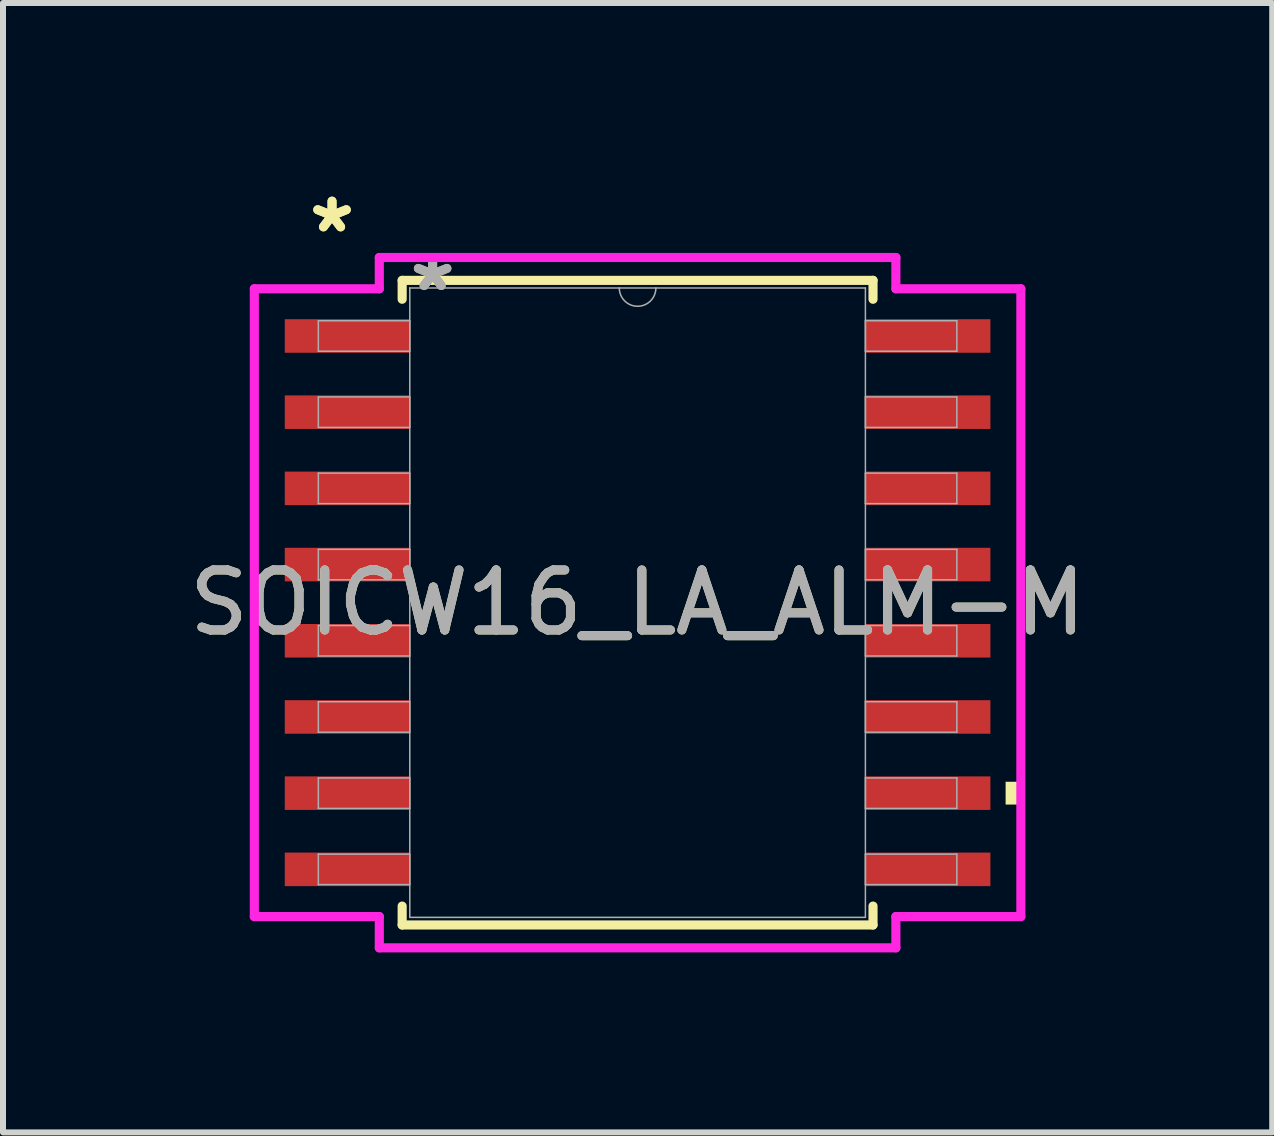
<source format=kicad_pcb>
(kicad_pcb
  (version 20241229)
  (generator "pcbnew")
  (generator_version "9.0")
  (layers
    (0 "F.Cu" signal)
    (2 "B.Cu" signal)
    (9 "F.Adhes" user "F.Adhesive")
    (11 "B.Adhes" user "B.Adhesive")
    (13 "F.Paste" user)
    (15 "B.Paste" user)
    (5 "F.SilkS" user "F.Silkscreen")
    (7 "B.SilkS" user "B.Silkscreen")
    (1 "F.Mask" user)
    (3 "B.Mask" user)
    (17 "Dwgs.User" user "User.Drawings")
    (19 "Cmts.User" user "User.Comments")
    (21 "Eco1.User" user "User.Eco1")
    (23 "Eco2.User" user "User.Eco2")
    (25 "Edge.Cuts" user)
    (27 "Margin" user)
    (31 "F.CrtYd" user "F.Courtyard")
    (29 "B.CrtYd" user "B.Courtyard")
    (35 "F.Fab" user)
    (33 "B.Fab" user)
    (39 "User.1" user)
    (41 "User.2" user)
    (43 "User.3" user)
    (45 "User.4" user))
  (footprint "SOICW16_LA_ALM-M"
    (layer "F.Cu")
    (at 7.577 6.995)
    (property "Reference" "SOICW16_LA_ALM-M" (at 0 0 0) (unlocked yes) (layer "F.SilkS") (effects (font (size 1 1) (thickness 0.15))))
    (attr smd)
    (fp_line (start -3.924 -5.372) (end -3.924 -5.057) (stroke (width 0.152) (type solid)) (layer "F.SilkS"))
    (fp_line (start -3.924 5.057) (end -3.924 5.372) (stroke (width 0.152) (type solid)) (layer "F.SilkS"))
    (fp_line (start -3.924 5.372) (end 3.924 5.372) (stroke (width 0.152) (type solid)) (layer "F.SilkS"))
    (fp_line (start 3.924 -5.372) (end -3.924 -5.372) (stroke (width 0.152) (type solid)) (layer "F.SilkS"))
    (fp_line (start 3.924 -5.057) (end 3.924 -5.372) (stroke (width 0.152) (type solid)) (layer "F.SilkS"))
    (fp_line (start 3.924 5.372) (end 3.924 5.057) (stroke (width 0.152) (type solid)) (layer "F.SilkS"))
    (fp_poly (pts (xy 6.388 2.985) (xy 6.388 3.365) (xy 6.134 3.365) (xy 6.134 2.985)) (stroke (width 0) (type solid)) (fill yes) (layer "F.SilkS"))
    (fp_line (start -6.388 -5.232) (end -4.305 -5.232) (stroke (width 0.152) (type solid)) (layer "F.CrtYd"))
    (fp_line (start -6.388 5.232) (end -6.388 -5.232) (stroke (width 0.152) (type solid)) (layer "F.CrtYd"))
    (fp_line (start -6.388 5.232) (end -4.305 5.232) (stroke (width 0.152) (type solid)) (layer "F.CrtYd"))
    (fp_line (start -4.305 -5.753) (end 4.305 -5.753) (stroke (width 0.152) (type solid)) (layer "F.CrtYd"))
    (fp_line (start -4.305 -5.232) (end -4.305 -5.753) (stroke (width 0.152) (type solid)) (layer "F.CrtYd"))
    (fp_line (start -4.305 5.753) (end -4.305 5.232) (stroke (width 0.152) (type solid)) (layer "F.CrtYd"))
    (fp_line (start 4.305 -5.753) (end 4.305 -5.232) (stroke (width 0.152) (type solid)) (layer "F.CrtYd"))
    (fp_line (start 4.305 5.232) (end 4.305 5.753) (stroke (width 0.152) (type solid)) (layer "F.CrtYd"))
    (fp_line (start 4.305 5.753) (end -4.305 5.753) (stroke (width 0.152) (type solid)) (layer "F.CrtYd"))
    (fp_line (start 6.388 -5.232) (end 4.305 -5.232) (stroke (width 0.152) (type solid)) (layer "F.CrtYd"))
    (fp_line (start 6.388 -5.232) (end 6.388 5.232) (stroke (width 0.152) (type solid)) (layer "F.CrtYd"))
    (fp_line (start 6.388 5.232) (end 4.305 5.232) (stroke (width 0.152) (type solid)) (layer "F.CrtYd"))
    (fp_line (start -5.321 -4.699) (end -5.321 -4.191) (stroke (width 0.025) (type solid)) (layer "F.Fab"))
    (fp_line (start -5.321 -4.191) (end -3.797 -4.191) (stroke (width 0.025) (type solid)) (layer "F.Fab"))
    (fp_line (start -5.321 -3.429) (end -5.321 -2.921) (stroke (width 0.025) (type solid)) (layer "F.Fab"))
    (fp_line (start -5.321 -2.921) (end -3.797 -2.921) (stroke (width 0.025) (type solid)) (layer "F.Fab"))
    (fp_line (start -5.321 -2.159) (end -5.321 -1.651) (stroke (width 0.025) (type solid)) (layer "F.Fab"))
    (fp_line (start -5.321 -1.651) (end -3.797 -1.651) (stroke (width 0.025) (type solid)) (layer "F.Fab"))
    (fp_line (start -5.321 -0.889) (end -5.321 -0.381) (stroke (width 0.025) (type solid)) (layer "F.Fab"))
    (fp_line (start -5.321 -0.381) (end -3.797 -0.381) (stroke (width 0.025) (type solid)) (layer "F.Fab"))
    (fp_line (start -5.321 0.381) (end -5.321 0.889) (stroke (width 0.025) (type solid)) (layer "F.Fab"))
    (fp_line (start -5.321 0.889) (end -3.797 0.889) (stroke (width 0.025) (type solid)) (layer "F.Fab"))
    (fp_line (start -5.321 1.651) (end -5.321 2.159) (stroke (width 0.025) (type solid)) (layer "F.Fab"))
    (fp_line (start -5.321 2.159) (end -3.797 2.159) (stroke (width 0.025) (type solid)) (layer "F.Fab"))
    (fp_line (start -5.321 2.921) (end -5.321 3.429) (stroke (width 0.025) (type solid)) (layer "F.Fab"))
    (fp_line (start -5.321 3.429) (end -3.797 3.429) (stroke (width 0.025) (type solid)) (layer "F.Fab"))
    (fp_line (start -5.321 4.191) (end -5.321 4.699) (stroke (width 0.025) (type solid)) (layer "F.Fab"))
    (fp_line (start -5.321 4.699) (end -3.797 4.699) (stroke (width 0.025) (type solid)) (layer "F.Fab"))
    (fp_line (start -3.797 -5.245) (end -3.797 5.245) (stroke (width 0.025) (type solid)) (layer "F.Fab"))
    (fp_line (start -3.797 -4.699) (end -5.321 -4.699) (stroke (width 0.025) (type solid)) (layer "F.Fab"))
    (fp_line (start -3.797 -4.191) (end -3.797 -4.699) (stroke (width 0.025) (type solid)) (layer "F.Fab"))
    (fp_line (start -3.797 -3.429) (end -5.321 -3.429) (stroke (width 0.025) (type solid)) (layer "F.Fab"))
    (fp_line (start -3.797 -2.921) (end -3.797 -3.429) (stroke (width 0.025) (type solid)) (layer "F.Fab"))
    (fp_line (start -3.797 -2.159) (end -5.321 -2.159) (stroke (width 0.025) (type solid)) (layer "F.Fab"))
    (fp_line (start -3.797 -1.651) (end -3.797 -2.159) (stroke (width 0.025) (type solid)) (layer "F.Fab"))
    (fp_line (start -3.797 -0.889) (end -5.321 -0.889) (stroke (width 0.025) (type solid)) (layer "F.Fab"))
    (fp_line (start -3.797 -0.381) (end -3.797 -0.889) (stroke (width 0.025) (type solid)) (layer "F.Fab"))
    (fp_line (start -3.797 0.381) (end -5.321 0.381) (stroke (width 0.025) (type solid)) (layer "F.Fab"))
    (fp_line (start -3.797 0.889) (end -3.797 0.381) (stroke (width 0.025) (type solid)) (layer "F.Fab"))
    (fp_line (start -3.797 1.651) (end -5.321 1.651) (stroke (width 0.025) (type solid)) (layer "F.Fab"))
    (fp_line (start -3.797 2.159) (end -3.797 1.651) (stroke (width 0.025) (type solid)) (layer "F.Fab"))
    (fp_line (start -3.797 2.921) (end -5.321 2.921) (stroke (width 0.025) (type solid)) (layer "F.Fab"))
    (fp_line (start -3.797 3.429) (end -3.797 2.921) (stroke (width 0.025) (type solid)) (layer "F.Fab"))
    (fp_line (start -3.797 4.191) (end -5.321 4.191) (stroke (width 0.025) (type solid)) (layer "F.Fab"))
    (fp_line (start -3.797 4.699) (end -3.797 4.191) (stroke (width 0.025) (type solid)) (layer "F.Fab"))
    (fp_line (start -3.797 5.245) (end 3.797 5.245) (stroke (width 0.025) (type solid)) (layer "F.Fab"))
    (fp_line (start 3.797 -5.245) (end -3.797 -5.245) (stroke (width 0.025) (type solid)) (layer "F.Fab"))
    (fp_line (start 3.797 -4.699) (end 3.797 -4.191) (stroke (width 0.025) (type solid)) (layer "F.Fab"))
    (fp_line (start 3.797 -4.191) (end 5.321 -4.191) (stroke (width 0.025) (type solid)) (layer "F.Fab"))
    (fp_line (start 3.797 -3.429) (end 3.797 -2.921) (stroke (width 0.025) (type solid)) (layer "F.Fab"))
    (fp_line (start 3.797 -2.921) (end 5.321 -2.921) (stroke (width 0.025) (type solid)) (layer "F.Fab"))
    (fp_line (start 3.797 -2.159) (end 3.797 -1.651) (stroke (width 0.025) (type solid)) (layer "F.Fab"))
    (fp_line (start 3.797 -1.651) (end 5.321 -1.651) (stroke (width 0.025) (type solid)) (layer "F.Fab"))
    (fp_line (start 3.797 -0.889) (end 3.797 -0.381) (stroke (width 0.025) (type solid)) (layer "F.Fab"))
    (fp_line (start 3.797 -0.381) (end 5.321 -0.381) (stroke (width 0.025) (type solid)) (layer "F.Fab"))
    (fp_line (start 3.797 0.381) (end 3.797 0.889) (stroke (width 0.025) (type solid)) (layer "F.Fab"))
    (fp_line (start 3.797 0.889) (end 5.321 0.889) (stroke (width 0.025) (type solid)) (layer "F.Fab"))
    (fp_line (start 3.797 1.651) (end 3.797 2.159) (stroke (width 0.025) (type solid)) (layer "F.Fab"))
    (fp_line (start 3.797 2.159) (end 5.321 2.159) (stroke (width 0.025) (type solid)) (layer "F.Fab"))
    (fp_line (start 3.797 2.921) (end 3.797 3.429) (stroke (width 0.025) (type solid)) (layer "F.Fab"))
    (fp_line (start 3.797 3.429) (end 5.321 3.429) (stroke (width 0.025) (type solid)) (layer "F.Fab"))
    (fp_line (start 3.797 4.191) (end 3.797 4.699) (stroke (width 0.025) (type solid)) (layer "F.Fab"))
    (fp_line (start 3.797 4.699) (end 5.321 4.699) (stroke (width 0.025) (type solid)) (layer "F.Fab"))
    (fp_line (start 3.797 5.245) (end 3.797 -5.245) (stroke (width 0.025) (type solid)) (layer "F.Fab"))
    (fp_line (start 5.321 -4.699) (end 3.797 -4.699) (stroke (width 0.025) (type solid)) (layer "F.Fab"))
    (fp_line (start 5.321 -4.191) (end 5.321 -4.699) (stroke (width 0.025) (type solid)) (layer "F.Fab"))
    (fp_line (start 5.321 -3.429) (end 3.797 -3.429) (stroke (width 0.025) (type solid)) (layer "F.Fab"))
    (fp_line (start 5.321 -2.921) (end 5.321 -3.429) (stroke (width 0.025) (type solid)) (layer "F.Fab"))
    (fp_line (start 5.321 -2.159) (end 3.797 -2.159) (stroke (width 0.025) (type solid)) (layer "F.Fab"))
    (fp_line (start 5.321 -1.651) (end 5.321 -2.159) (stroke (width 0.025) (type solid)) (layer "F.Fab"))
    (fp_line (start 5.321 -0.889) (end 3.797 -0.889) (stroke (width 0.025) (type solid)) (layer "F.Fab"))
    (fp_line (start 5.321 -0.381) (end 5.321 -0.889) (stroke (width 0.025) (type solid)) (layer "F.Fab"))
    (fp_line (start 5.321 0.381) (end 3.797 0.381) (stroke (width 0.025) (type solid)) (layer "F.Fab"))
    (fp_line (start 5.321 0.889) (end 5.321 0.381) (stroke (width 0.025) (type solid)) (layer "F.Fab"))
    (fp_line (start 5.321 1.651) (end 3.797 1.651) (stroke (width 0.025) (type solid)) (layer "F.Fab"))
    (fp_line (start 5.321 2.159) (end 5.321 1.651) (stroke (width 0.025) (type solid)) (layer "F.Fab"))
    (fp_line (start 5.321 2.921) (end 3.797 2.921) (stroke (width 0.025) (type solid)) (layer "F.Fab"))
    (fp_line (start 5.321 3.429) (end 5.321 2.921) (stroke (width 0.025) (type solid)) (layer "F.Fab"))
    (fp_line (start 5.321 4.191) (end 3.797 4.191) (stroke (width 0.025) (type solid)) (layer "F.Fab"))
    (fp_line (start 5.321 4.699) (end 5.321 4.191) (stroke (width 0.025) (type solid)) (layer "F.Fab"))
    (fp_arc (start 0.3048 -5.2451) (mid 0 -4.9403) (end -0.3048 -5.2451) (stroke (width 0.0254) (type solid)) (layer "F.Fab"))
    (fp_text user "*" (at -5.093 -6.147 0) (layer "F.SilkS") (effects (font (size 1 1) (thickness 0.15))))
    (fp_text user "*" (at -5.093 -6.147 0) (unlocked yes) (layer "F.SilkS") (effects (font (size 1 1) (thickness 0.15))))
    (fp_text user "*" (at -3.416 -5.169 0) (unlocked yes) (layer "F.Fab") (effects (font (size 1 1) (thickness 0.15))))
    (fp_text user "*" (at -3.416 -5.169 0) (layer "F.Fab") (effects (font (size 1 1) (thickness 0.15))))
    (fp_text user "${REFERENCE}" (at 0 0 0) (unlocked yes) (layer "F.Fab") (effects (font (size 1 1) (thickness 0.15))))
    (pad "1" smd rect (at -4.839 -4.445) (size 2.083 0.559) (layers "F.Cu" "F.Mask" "F.Paste"))
    (pad "2" smd rect (at -4.839 -3.175) (size 2.083 0.559) (layers "F.Cu" "F.Mask" "F.Paste"))
    (pad "3" smd rect (at -4.839 -1.905) (size 2.083 0.559) (layers "F.Cu" "F.Mask" "F.Paste"))
    (pad "4" smd rect (at -4.839 -0.635) (size 2.083 0.559) (layers "F.Cu" "F.Mask" "F.Paste"))
    (pad "5" smd rect (at -4.839 0.635) (size 2.083 0.559) (layers "F.Cu" "F.Mask" "F.Paste"))
    (pad "6" smd rect (at -4.839 1.905) (size 2.083 0.559) (layers "F.Cu" "F.Mask" "F.Paste"))
    (pad "7" smd rect (at -4.839 3.175) (size 2.083 0.559) (layers "F.Cu" "F.Mask" "F.Paste"))
    (pad "8" smd rect (at -4.839 4.445) (size 2.083 0.559) (layers "F.Cu" "F.Mask" "F.Paste"))
    (pad "9" smd rect (at 4.839 4.445) (size 2.083 0.559) (layers "F.Cu" "F.Mask" "F.Paste"))
    (pad "10" smd rect (at 4.839 3.175) (size 2.083 0.559) (layers "F.Cu" "F.Mask" "F.Paste"))
    (pad "11" smd rect (at 4.839 1.905) (size 2.083 0.559) (layers "F.Cu" "F.Mask" "F.Paste"))
    (pad "12" smd rect (at 4.839 0.635) (size 2.083 0.559) (layers "F.Cu" "F.Mask" "F.Paste"))
    (pad "13" smd rect (at 4.839 -0.635) (size 2.083 0.559) (layers "F.Cu" "F.Mask" "F.Paste"))
    (pad "14" smd rect (at 4.839 -1.905) (size 2.083 0.559) (layers "F.Cu" "F.Mask" "F.Paste"))
    (pad "15" smd rect (at 4.839 -3.175) (size 2.083 0.559) (layers "F.Cu" "F.Mask" "F.Paste"))
    (pad "16" smd rect (at 4.839 -4.445) (size 2.083 0.559) (layers "F.Cu" "F.Mask" "F.Paste")))
  (gr_rect
    (start -3 -3)
    (end 18.155 15.824)
    (stroke (width 0.1) (type default))
    (fill no)
    (layer "Edge.Cuts")))
</source>
